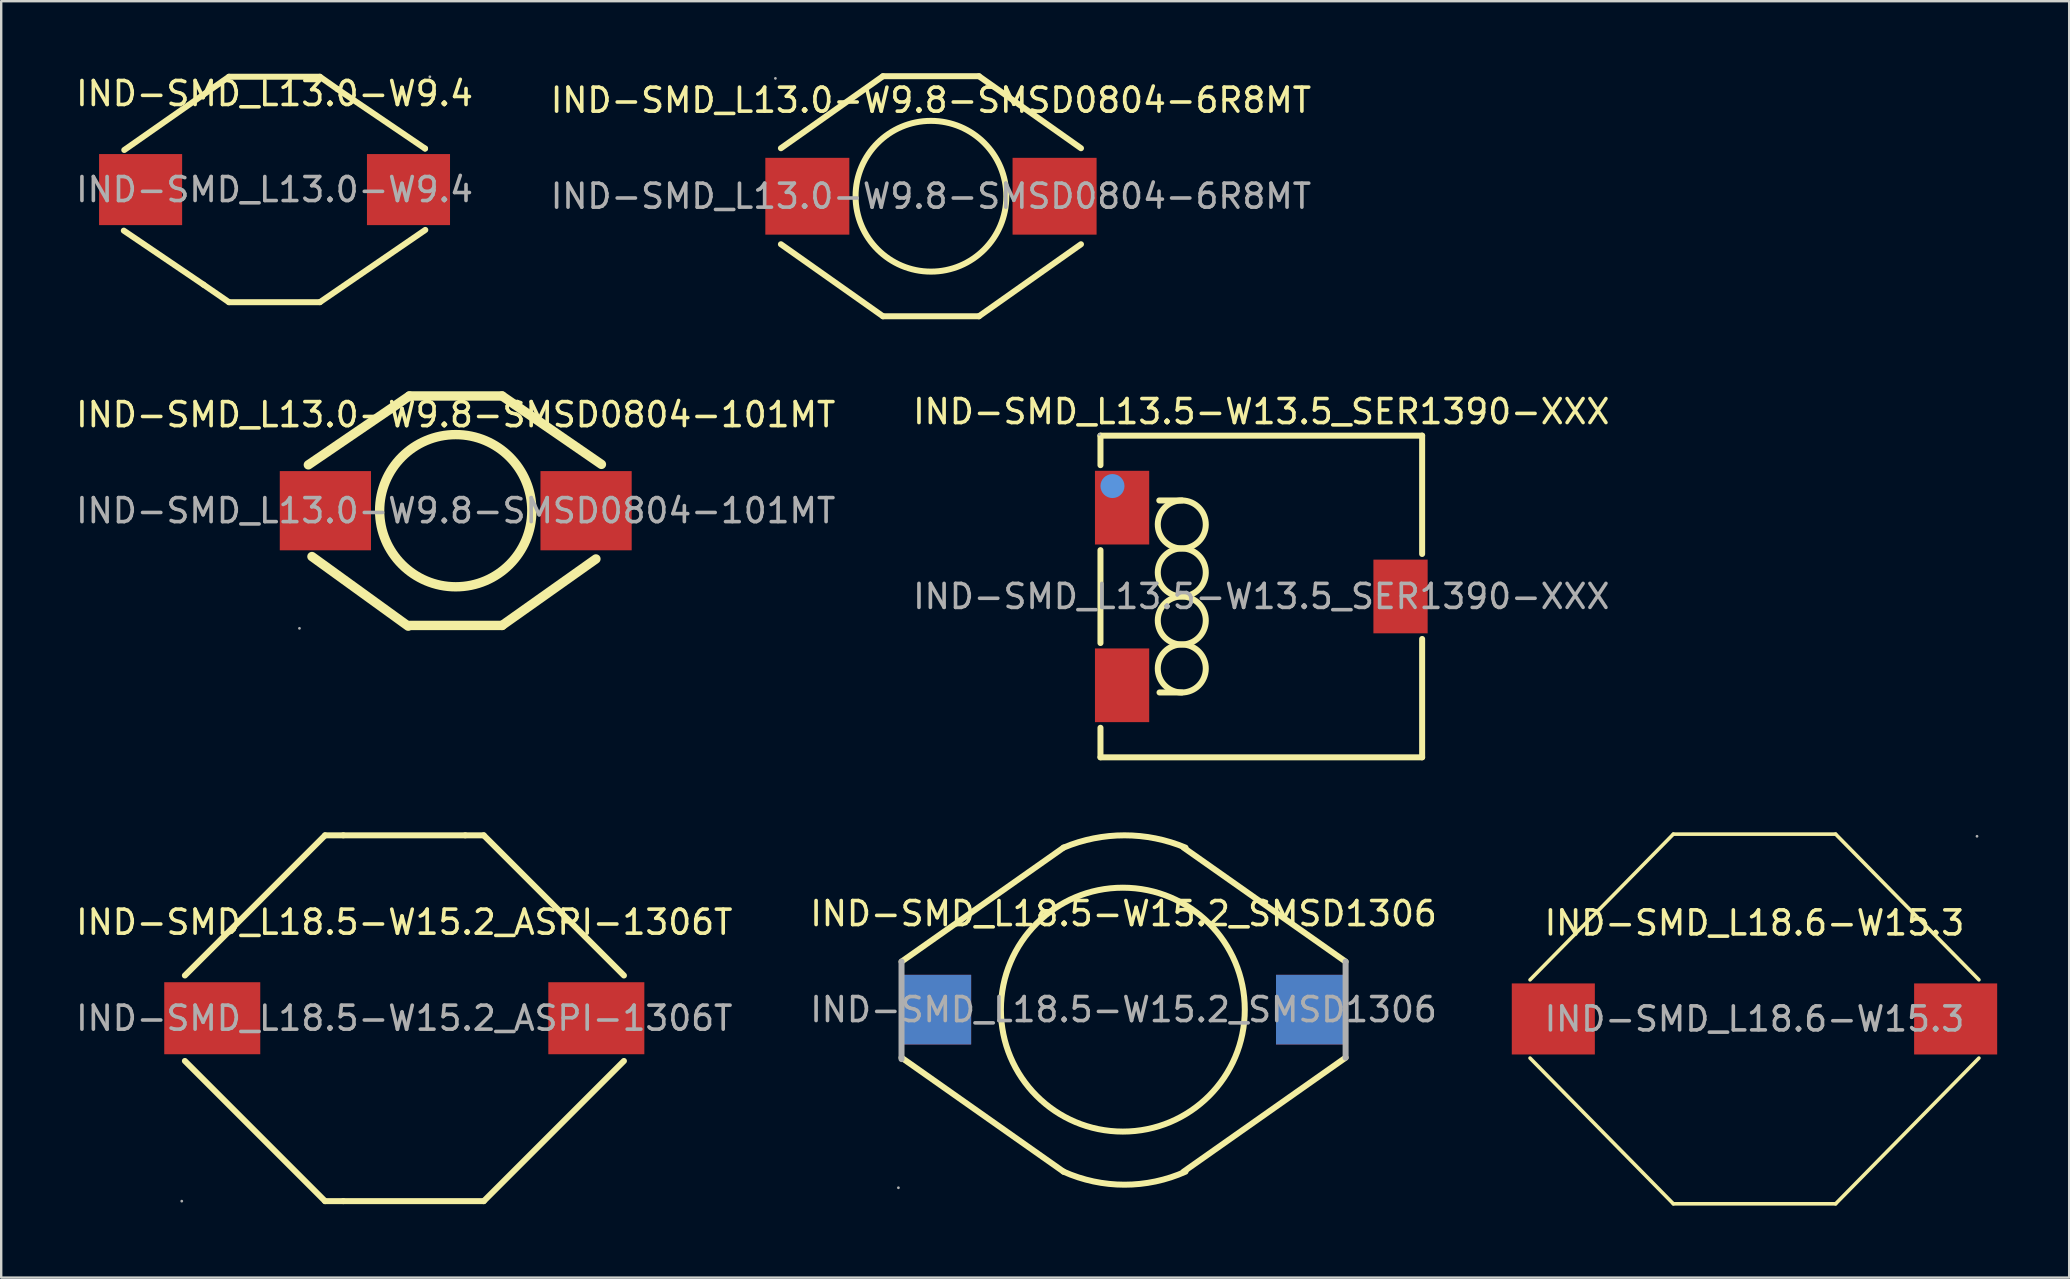
<source format=kicad_pcb>
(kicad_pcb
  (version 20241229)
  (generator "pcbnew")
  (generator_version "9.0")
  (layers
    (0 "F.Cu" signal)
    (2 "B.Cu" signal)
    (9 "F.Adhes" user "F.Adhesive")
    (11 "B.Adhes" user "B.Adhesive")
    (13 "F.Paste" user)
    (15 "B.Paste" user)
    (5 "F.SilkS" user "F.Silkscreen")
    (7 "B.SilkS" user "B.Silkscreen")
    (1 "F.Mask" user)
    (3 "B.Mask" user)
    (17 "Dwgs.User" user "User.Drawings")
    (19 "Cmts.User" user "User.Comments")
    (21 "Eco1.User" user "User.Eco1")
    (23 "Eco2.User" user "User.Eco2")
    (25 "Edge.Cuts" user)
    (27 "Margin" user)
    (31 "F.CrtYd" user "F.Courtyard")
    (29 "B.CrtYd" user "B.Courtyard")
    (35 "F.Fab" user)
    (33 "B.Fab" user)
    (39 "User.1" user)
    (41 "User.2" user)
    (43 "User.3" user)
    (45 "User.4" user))
  (footprint "IND-SMD_L13.5-W13.5_SER1390-XXX"
    (layer "F.Cu")
    (at 49.494 21.798)
    (property "Reference" "IND-SMD_L13.5-W13.5_SER1390-XXX" (at 0 -7.7 0) (layer "F.SilkS") (effects (font (size 1 1) (thickness 0.15))))
    (attr through_hole)
    (fp_line (start -6.7 -6.7) (end 6.7 -6.7) (stroke (width 0.25) (type solid)) (layer "F.SilkS"))
    (fp_line (start -6.7 -5.47) (end -6.7 -6.7) (stroke (width 0.25) (type solid)) (layer "F.SilkS"))
    (fp_line (start -6.7 1.94) (end -6.7 -1.93) (stroke (width 0.25) (type solid)) (layer "F.SilkS"))
    (fp_line (start -6.7 6.7) (end -6.7 5.47) (stroke (width 0.25) (type solid)) (layer "F.SilkS"))
    (fp_line (start -3.31 -4) (end -4.25 -4) (stroke (width 0.25) (type solid)) (layer "F.SilkS"))
    (fp_line (start -3.31 4) (end -4.24 4) (stroke (width 0.25) (type solid)) (layer "F.SilkS"))
    (fp_line (start 6.7 -6.7) (end 6.7 -1.77) (stroke (width 0.25) (type solid)) (layer "F.SilkS"))
    (fp_line (start 6.7 1.77) (end 6.7 6.7) (stroke (width 0.25) (type solid)) (layer "F.SilkS"))
    (fp_line (start 6.7 6.7) (end -6.7 6.7) (stroke (width 0.25) (type solid)) (layer "F.SilkS"))
    (fp_arc (start -3.292548 -3.999848) (mid -3.318726 -2.000038) (end -3.31 -4) (stroke (width 0.25) (type solid)) (layer "F.SilkS"))
    (fp_arc (start -3.292548 -1.999848) (mid -3.318726 -0.000038) (end -3.31 -2) (stroke (width 0.25) (type solid)) (layer "F.SilkS"))
    (fp_arc (start -3.292548 0.000152) (mid -3.318726 1.999962) (end -3.31 0) (stroke (width 0.25) (type solid)) (layer "F.SilkS"))
    (fp_arc (start -3.292548 2.000152) (mid -3.318726 3.999962) (end -3.31 2) (stroke (width 0.25) (type solid)) (layer "F.SilkS"))
    (fp_circle (center -6.2 -4.6) (end -5.95 -4.6) (stroke (width 0.5) (type solid)) (fill no) (layer "Cmts.User"))
    (fp_circle (center -6.75 -6.75) (end -6.72 -6.75) (stroke (width 0.06) (type solid)) (fill no) (layer "F.Fab"))
    (fp_text user "${REFERENCE}" (at 0 0 0) (layer "F.Fab") (effects (font (size 1 1) (thickness 0.15))))
    (pad "1" smd rect (at -5.8 -3.7) (size 2.26 3.07) (layers "F.Cu" "F.Mask" "F.Paste"))
    (pad "2" smd rect (at -5.8 3.7) (size 2.26 3.07) (layers "F.Cu" "F.Mask" "F.Paste"))
    (pad "3" smd rect (at 5.8 0) (size 2.26 3.07) (layers "F.Cu" "F.Mask" "F.Paste")))
  (footprint "IND-SMD_L13.0-W9.4"
    (layer "F.Cu")
    (at 8.387 4.848)
    (property "Reference" "IND-SMD_L13.0-W9.4" (at 0 -4 0) (layer "F.SilkS") (effects (font (size 1 1) (thickness 0.15))))
    (attr through_hole)
    (fp_line (start -6.26 -1.65) (end -1.9 -4.7) (stroke (width 0.25) (type solid)) (layer "F.SilkS"))
    (fp_line (start -2.96 3.96) (end -6.28 1.71) (stroke (width 0.25) (type solid)) (layer "F.SilkS"))
    (fp_line (start -1.9 -4.7) (end 1.89 -4.7) (stroke (width 0.25) (type solid)) (layer "F.SilkS"))
    (fp_line (start -1.9 4.69) (end -2.96 3.96) (stroke (width 0.25) (type solid)) (layer "F.SilkS"))
    (fp_line (start 1.89 -4.7) (end 2.63 -4.18) (stroke (width 0.25) (type solid)) (layer "F.SilkS"))
    (fp_line (start 1.89 4.69) (end -1.9 4.69) (stroke (width 0.25) (type solid)) (layer "F.SilkS"))
    (fp_line (start 2.63 -4.18) (end 6.27 -1.71) (stroke (width 0.25) (type solid)) (layer "F.SilkS"))
    (fp_line (start 6.27 -1.71) (end 6.27 -1.71) (stroke (width 0.25) (type solid)) (layer "F.SilkS"))
    (fp_line (start 6.28 1.68) (end 1.89 4.69) (stroke (width 0.25) (type solid)) (layer "F.SilkS"))
    (fp_circle (center 6.47 -4.7) (end 6.5 -4.7) (stroke (width 0.06) (type solid)) (fill no) (layer "F.Fab"))
    (fp_text user "${REFERENCE}" (at 0 0 0) (layer "F.Fab") (effects (font (size 1 1) (thickness 0.15))))
    (pad "1" smd rect (at 5.58 0) (size 3.46 2.96) (layers "F.Cu" "F.Mask" "F.Paste"))
    (pad "2" smd rect (at -5.58 0) (size 3.46 2.96) (layers "F.Cu" "F.Mask" "F.Paste")))
  (footprint "IND-SMD_L13.0-W9.8-SMSD0804-101MT"
    (layer "F.Cu")
    (at 15.935 18.225)
    (property "Reference" "IND-SMD_L13.0-W9.8-SMSD0804-101MT" (at 0 -4 0) (layer "F.SilkS") (effects (font (size 1 1) (thickness 0.15))))
    (attr through_hole)
    (fp_line (start -6.14 -1.91) (end -1.93 -4.78) (stroke (width 0.39) (type solid)) (layer "F.SilkS"))
    (fp_line (start -1.98 4.81) (end -5.99 1.91) (stroke (width 0.39) (type solid)) (layer "F.SilkS"))
    (fp_line (start -1.93 -4.78) (end 1.93 -4.78) (stroke (width 0.39) (type solid)) (layer "F.SilkS"))
    (fp_line (start -1.93 4.78) (end 1.93 4.78) (stroke (width 0.39) (type solid)) (layer "F.SilkS"))
    (fp_line (start 1.93 -4.78) (end 6.07 -1.93) (stroke (width 0.39) (type solid)) (layer "F.SilkS"))
    (fp_line (start 5.84 2.01) (end 1.93 4.78) (stroke (width 0.39) (type solid)) (layer "F.SilkS"))
    (fp_circle (center 0 0) (end 3.17 0) (stroke (width 0.39) (type solid)) (fill no) (layer "F.SilkS"))
    (fp_circle (center -6.51 4.9) (end -6.48 4.9) (stroke (width 0.06) (type solid)) (fill no) (layer "F.Fab"))
    (fp_text user "${REFERENCE}" (at 0 0 0) (layer "F.Fab") (effects (font (size 1 1) (thickness 0.15))))
    (pad "1" smd rect (at -5.43 0) (size 3.8 3.3) (layers "F.Cu" "F.Mask" "F.Paste"))
    (pad "2" smd rect (at 5.43 0) (size 3.8 3.3) (layers "F.Cu" "F.Mask" "F.Paste")))
  (footprint "IND-SMD_L13.0-W9.8-SMSD0804-6R8MT"
    (layer "F.Cu")
    (at 35.732 5.125)
    (property "Reference" "IND-SMD_L13.0-W9.8-SMSD0804-6R8MT" (at 0 -4 0) (layer "F.SilkS") (effects (font (size 1 1) (thickness 0.15))))
    (attr through_hole)
    (fp_line (start -6.25 -2) (end -2 -5) (stroke (width 0.25) (type solid)) (layer "F.SilkS"))
    (fp_line (start -2 -5) (end 2 -5) (stroke (width 0.25) (type solid)) (layer "F.SilkS"))
    (fp_line (start -2 5) (end -6.25 2) (stroke (width 0.25) (type solid)) (layer "F.SilkS"))
    (fp_line (start 2 -5) (end 6.25 -2) (stroke (width 0.25) (type solid)) (layer "F.SilkS"))
    (fp_line (start 2 5) (end -2 5) (stroke (width 0.25) (type solid)) (layer "F.SilkS"))
    (fp_line (start 6.25 2) (end 2 5) (stroke (width 0.25) (type solid)) (layer "F.SilkS"))
    (fp_circle (center 0 0) (end 3.14 0) (stroke (width 0.25) (type solid)) (fill no) (layer "F.SilkS"))
    (fp_circle (center -6.48 -4.91) (end -6.45 -4.91) (stroke (width 0.06) (type solid)) (fill no) (layer "F.Fab"))
    (fp_text user "${REFERENCE}" (at 0 0 0) (layer "F.Fab") (effects (font (size 1 1) (thickness 0.15))))
    (pad "1" smd rect (at -5.15 0) (size 3.5 3.2) (layers "F.Cu" "F.Mask" "F.Paste"))
    (pad "2" smd rect (at 5.15 0) (size 3.5 3.2) (layers "F.Cu" "F.Mask" "F.Paste")))
  (footprint "IND-SMD_L18.5-W15.2_SMSD1306"
    (layer "F.Cu")
    (at 43.756 39.01)
    (property "Reference" "IND-SMD_L18.5-W15.2_SMSD1306" (at 0 -4 0) (layer "F.SilkS") (effects (font (size 1 1) (thickness 0.15))))
    (attr through_hole)
    (fp_line (start -9.25 -2) (end -2.5 -6.75) (stroke (width 0.25) (type solid)) (layer "F.SilkS"))
    (fp_line (start -2.5 6.75) (end -9.25 2) (stroke (width 0.25) (type solid)) (layer "F.SilkS"))
    (fp_line (start 9.25 -2) (end 2.5 -6.75) (stroke (width 0.25) (type solid)) (layer "F.SilkS"))
    (fp_line (start 9.25 2) (end 2.5 6.75) (stroke (width 0.25) (type solid)) (layer "F.SilkS"))
    (fp_arc (start -2.501192 -6.749499) (mid 0.039353 -7.261562) (end 2.58 -6.75) (stroke (width 0.25) (type solid)) (layer "F.SilkS"))
    (fp_arc (start 2.58 6.75) (mid 0.038486 7.29293) (end -2.502764 6.748761) (stroke (width 0.25) (type solid)) (layer "F.SilkS"))
    (fp_circle (center -0.03 0) (end 5.05 0) (stroke (width 0.25) (type solid)) (fill no) (layer "F.SilkS"))
    (fp_line (start -9.25 -2) (end -9.25 2.06) (stroke (width 0.25) (type solid)) (layer "F.Fab"))
    (fp_line (start 9.25 2) (end 9.25 -2) (stroke (width 0.25) (type solid)) (layer "F.Fab"))
    (fp_circle (center -9.38 7.42) (end -9.35 7.42) (stroke (width 0.06) (type solid)) (fill no) (layer "F.Fab"))
    (fp_text user "${REFERENCE}" (at 0 0 0) (layer "F.Fab") (effects (font (size 1 1) (thickness 0.15))))
    (pad "1" thru_hole rect (at -7.85 0) (size 3 2.9) (drill 0.001) (layers "F.Cu" "F.Mask" "F.Paste"))
    (pad "2" thru_hole rect (at 7.85 0) (size 3 2.9) (drill 0.001) (layers "F.Cu" "F.Mask" "F.Paste")))
  (footprint "IND-SMD_L18.6-W15.3"
    (layer "F.Cu")
    (at 70.039 39.398)
    (property "Reference" "IND-SMD_L18.6-W15.3" (at 0 -4 0) (layer "F.SilkS") (effects (font (size 1 1) (thickness 0.15))))
    (attr through_hole)
    (fp_line (start -9.35 -1.63) (end -3.38 -7.7) (stroke (width 0.15) (type solid)) (layer "F.SilkS"))
    (fp_line (start -9.35 1.63) (end -3.38 7.7) (stroke (width 0.15) (type solid)) (layer "F.SilkS"))
    (fp_line (start -3.38 -7.7) (end 3.38 -7.7) (stroke (width 0.15) (type solid)) (layer "F.SilkS"))
    (fp_line (start -3.38 7.7) (end 3.38 7.7) (stroke (width 0.15) (type solid)) (layer "F.SilkS"))
    (fp_line (start 9.35 -1.63) (end 3.38 -7.7) (stroke (width 0.15) (type solid)) (layer "F.SilkS"))
    (fp_line (start 9.35 1.63) (end 3.38 7.7) (stroke (width 0.15) (type solid)) (layer "F.SilkS"))
    (fp_circle (center 9.27 -7.61) (end 9.3 -7.61) (stroke (width 0.06) (type solid)) (fill no) (layer "F.Fab"))
    (fp_text user "${REFERENCE}" (at 0 0 0) (layer "F.Fab") (effects (font (size 1 1) (thickness 0.15))))
    (pad "1" smd rect (at 8.38 0) (size 3.46 2.96) (layers "F.Cu" "F.Mask" "F.Paste"))
    (pad "2" smd rect (at -8.38 0) (size 3.46 2.96) (layers "F.Cu" "F.Mask" "F.Paste")))
  (footprint "IND-SMD_L18.5-W15.2_ASPI-1306T"
    (layer "F.Cu")
    (at 13.792 39.368)
    (property "Reference" "IND-SMD_L18.5-W15.2_ASPI-1306T" (at 0 -4 0) (layer "F.SilkS") (effects (font (size 1 1) (thickness 0.15))))
    (attr through_hole)
    (fp_line (start -3.3 -7.62) (end -9.14 -1.78) (stroke (width 0.25) (type solid)) (layer "F.SilkS"))
    (fp_line (start -3.3 7.62) (end -9.14 1.78) (stroke (width 0.25) (type solid)) (layer "F.SilkS"))
    (fp_line (start -2.54 -7.62) (end -3.3 -7.62) (stroke (width 0.25) (type solid)) (layer "F.SilkS"))
    (fp_line (start -2.54 -7.62) (end 2.54 -7.62) (stroke (width 0.25) (type solid)) (layer "F.SilkS"))
    (fp_line (start -2.54 7.62) (end -3.3 7.62) (stroke (width 0.25) (type solid)) (layer "F.SilkS"))
    (fp_line (start -2.54 7.62) (end 3.31 7.62) (stroke (width 0.25) (type solid)) (layer "F.SilkS"))
    (fp_line (start 2.54 -7.62) (end 3.31 -7.62) (stroke (width 0.25) (type solid)) (layer "F.SilkS"))
    (fp_line (start 3.31 -7.62) (end 9.15 -1.78) (stroke (width 0.25) (type solid)) (layer "F.SilkS"))
    (fp_line (start 3.31 7.62) (end 9.15 1.78) (stroke (width 0.25) (type solid)) (layer "F.SilkS"))
    (fp_circle (center -9.27 7.62) (end -9.24 7.62) (stroke (width 0.06) (type solid)) (fill no) (layer "F.Fab"))
    (fp_text user "${REFERENCE}" (at 0 0 0) (layer "F.Fab") (effects (font (size 1 1) (thickness 0.15))))
    (pad "1" smd rect (at -8 0) (size 4 3) (layers "F.Cu" "F.Mask" "F.Paste"))
    (pad "2" smd rect (at 8 0) (size 4 3) (layers "F.Cu" "F.Mask" "F.Paste")))
  (gr_rect
    (start -3 -3)
    (end 83.149 50.173)
    (stroke (width 0.1) (type default))
    (fill no)
    (layer "Edge.Cuts")))
</source>
